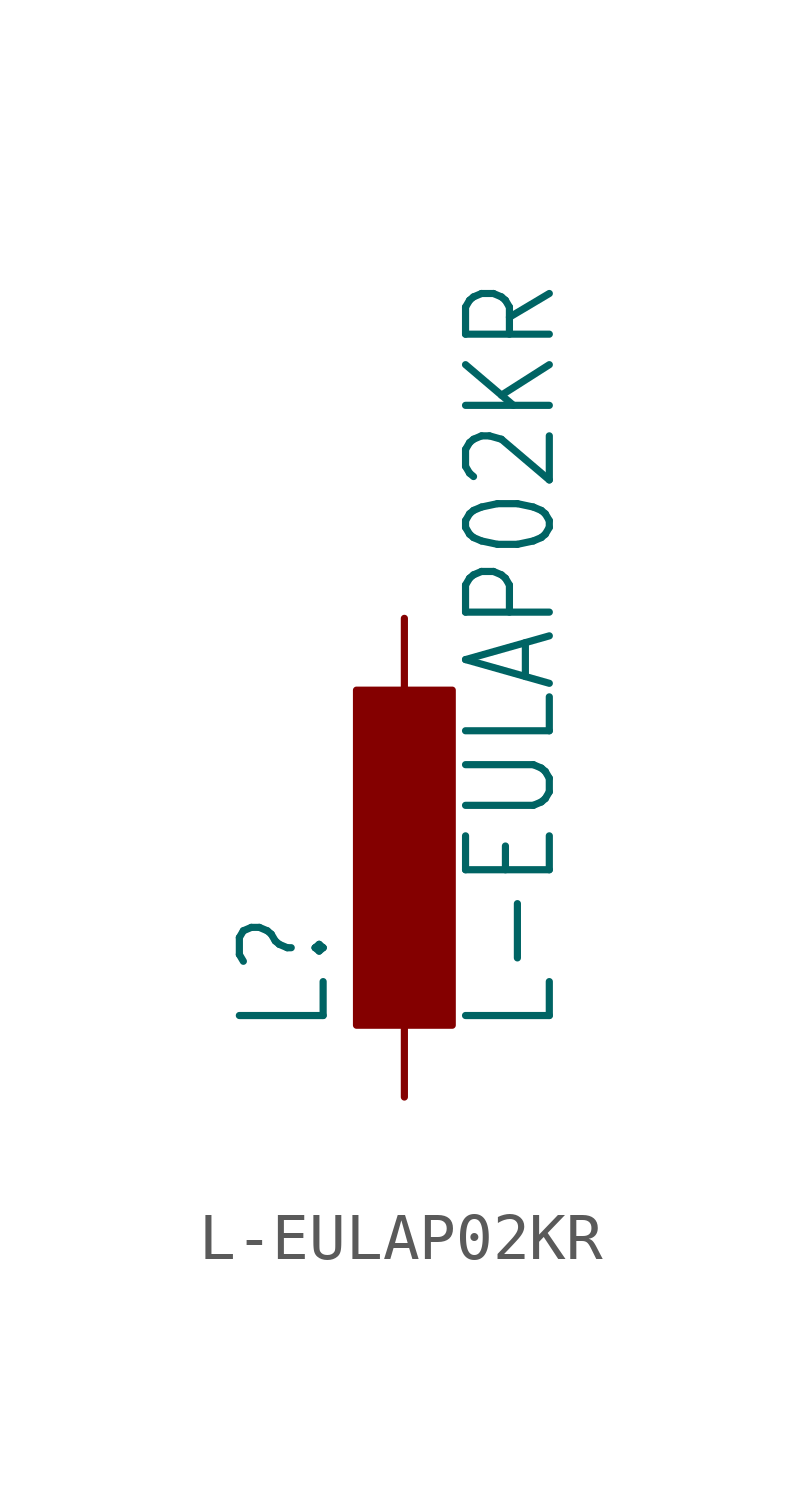
<source format=kicad_sym>
(kicad_symbol_lib
  (version 20211014)
  (generator kicad_symbol_editor)
  (symbol "L-EULAP02KR"
    (property "Reference" "L"
      (at -1.499 -3.81 90)
      (effects (font (size 1.778 1.511)) (justify left bottom)))
    (property "Value" "L-EULAP02KR"
      (at 3.302 -3.81 90)
      (effects (font (size 1.778 1.511)) (justify left bottom)))
    (property "ki_locked" ""
      (at 0 0 0)
      (effects (font (size 1.27 1.27))))
    (symbol "L-EULAP02KR_1_0"
      (rectangle (start -1.016 -3.556) (end 1.016 3.556) (stroke (width 0) (type default) (color 0 0 0 0)) (fill (type outline)))
      (pin passive line (at 0 5.08 270) (length 2.54) (name "1" (effects (font (size 0 0)))) (number "1" (effects (font (size 0 0)))))
      (pin passive line (at 0 -5.08 90) (length 2.54) (name "2" (effects (font (size 0 0)))) (number "2" (effects (font (size 0 0))))))))
</source>
